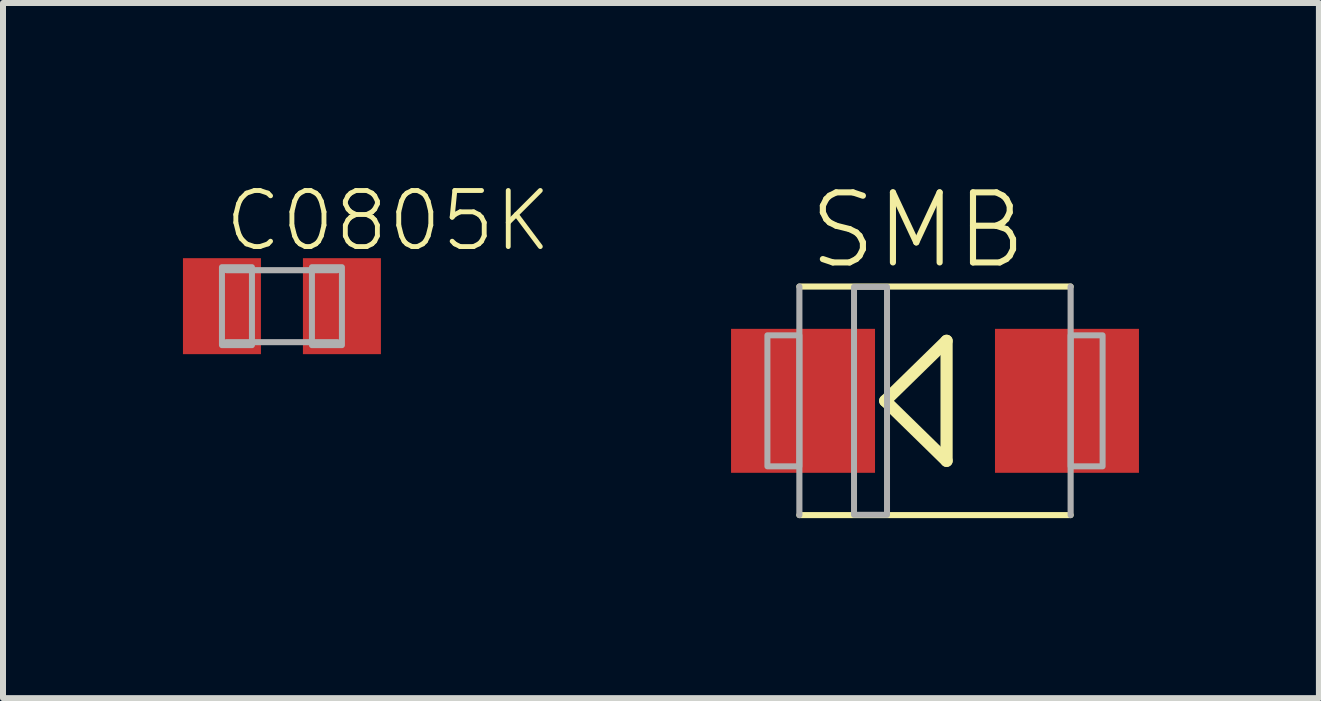
<source format=kicad_pcb>
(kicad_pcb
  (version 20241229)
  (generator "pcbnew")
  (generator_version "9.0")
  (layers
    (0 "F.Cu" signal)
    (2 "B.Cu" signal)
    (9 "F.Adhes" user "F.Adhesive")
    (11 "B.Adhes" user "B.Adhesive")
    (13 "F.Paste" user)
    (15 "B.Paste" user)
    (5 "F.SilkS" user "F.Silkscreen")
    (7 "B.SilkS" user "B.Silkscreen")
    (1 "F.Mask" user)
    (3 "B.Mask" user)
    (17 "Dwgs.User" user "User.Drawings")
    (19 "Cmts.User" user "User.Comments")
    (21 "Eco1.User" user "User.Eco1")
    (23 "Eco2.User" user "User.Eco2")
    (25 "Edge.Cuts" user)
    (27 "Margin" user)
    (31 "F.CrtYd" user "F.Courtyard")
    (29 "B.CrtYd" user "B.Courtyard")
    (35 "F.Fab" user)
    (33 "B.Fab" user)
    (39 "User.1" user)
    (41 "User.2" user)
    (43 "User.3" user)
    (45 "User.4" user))
  (footprint "C0805K"
    (layer "F.Cu")
    (at 1.65 2.054)
    (property "Reference" "C0805K" (at -1 -0.875 0) (layer "F.SilkS") (effects (font (size 0.935 0.935) (thickness 0.081)) (justify left bottom)))
    (fp_line (start -0.925 -0.6) (end 0.925 -0.6) (stroke (width 0.102) (type solid)) (layer "F.Fab"))
    (fp_line (start 0.925 0.6) (end -0.925 0.6) (stroke (width 0.102) (type solid)) (layer "F.Fab"))
    (fp_poly (pts (xy -1 0.65) (xy -0.5 0.65) (xy -0.5 -0.65) (xy -1 -0.65)) (stroke (width 0.1) (type solid)) (fill no) (layer "F.Fab"))
    (fp_poly (pts (xy 0.5 0.65) (xy 1 0.65) (xy 1 -0.65) (xy 0.5 -0.65)) (stroke (width 0.1) (type solid)) (fill no) (layer "F.Fab"))
    (pad "1" smd rect (at -1 0) (size 1.3 1.6) (layers "F.Cu" "F.Mask" "F.Paste"))
    (pad "2" smd rect (at 1 0) (size 1.3 1.6) (layers "F.Cu" "F.Mask" "F.Paste")))
  (footprint "SMB"
    (layer "F.Cu")
    (at 12.537 3.632)
    (property "Reference" "SMB" (at -2.159 -2.159 0) (layer "F.SilkS") (effects (font (size 1.168 1.168) (thickness 0.102)) (justify left bottom)))
    (fp_line (start -2.261 -1.905) (end 2.261 -1.905) (stroke (width 0.102) (type solid)) (layer "F.SilkS"))
    (fp_line (start -2.261 1.905) (end 2.261 1.905) (stroke (width 0.102) (type solid)) (layer "F.SilkS"))
    (fp_line (start -0.83 0) (end 0.193 1) (stroke (width 0.203) (type solid)) (layer "F.SilkS"))
    (fp_line (start 0.193 -1) (end -0.83 0) (stroke (width 0.203) (type solid)) (layer "F.SilkS"))
    (fp_line (start 0.193 1) (end 0.193 -1) (stroke (width 0.203) (type solid)) (layer "F.SilkS"))
    (fp_line (start -2.261 1.905) (end -2.261 -1.905) (stroke (width 0.102) (type solid)) (layer "F.Fab"))
    (fp_line (start 2.261 1.905) (end 2.261 -1.905) (stroke (width 0.102) (type solid)) (layer "F.Fab"))
    (fp_poly (pts (xy -2.794 1.092) (xy -2.261 1.092) (xy -2.261 -1.092) (xy -2.794 -1.092)) (stroke (width 0.1) (type solid)) (fill no) (layer "F.Fab"))
    (fp_poly (pts (xy -1.35 1.9) (xy -0.8 1.9) (xy -0.8 -1.9) (xy -1.35 -1.9)) (stroke (width 0.1) (type solid)) (fill no) (layer "F.Fab"))
    (fp_poly (pts (xy 2.261 1.092) (xy 2.794 1.092) (xy 2.794 -1.092) (xy 2.261 -1.092)) (stroke (width 0.1) (type solid)) (fill no) (layer "F.Fab"))
    (pad "A" smd rect (at 2.2 0) (size 2.4 2.4) (layers "F.Cu" "F.Mask" "F.Paste"))
    (pad "C" smd rect (at -2.2 0) (size 2.4 2.4) (layers "F.Cu" "F.Mask" "F.Paste")))
  (gr_rect
    (start -3 -3)
    (end 18.937 8.588)
    (stroke (width 0.1) (type default))
    (fill no)
    (layer "Edge.Cuts")))
</source>
